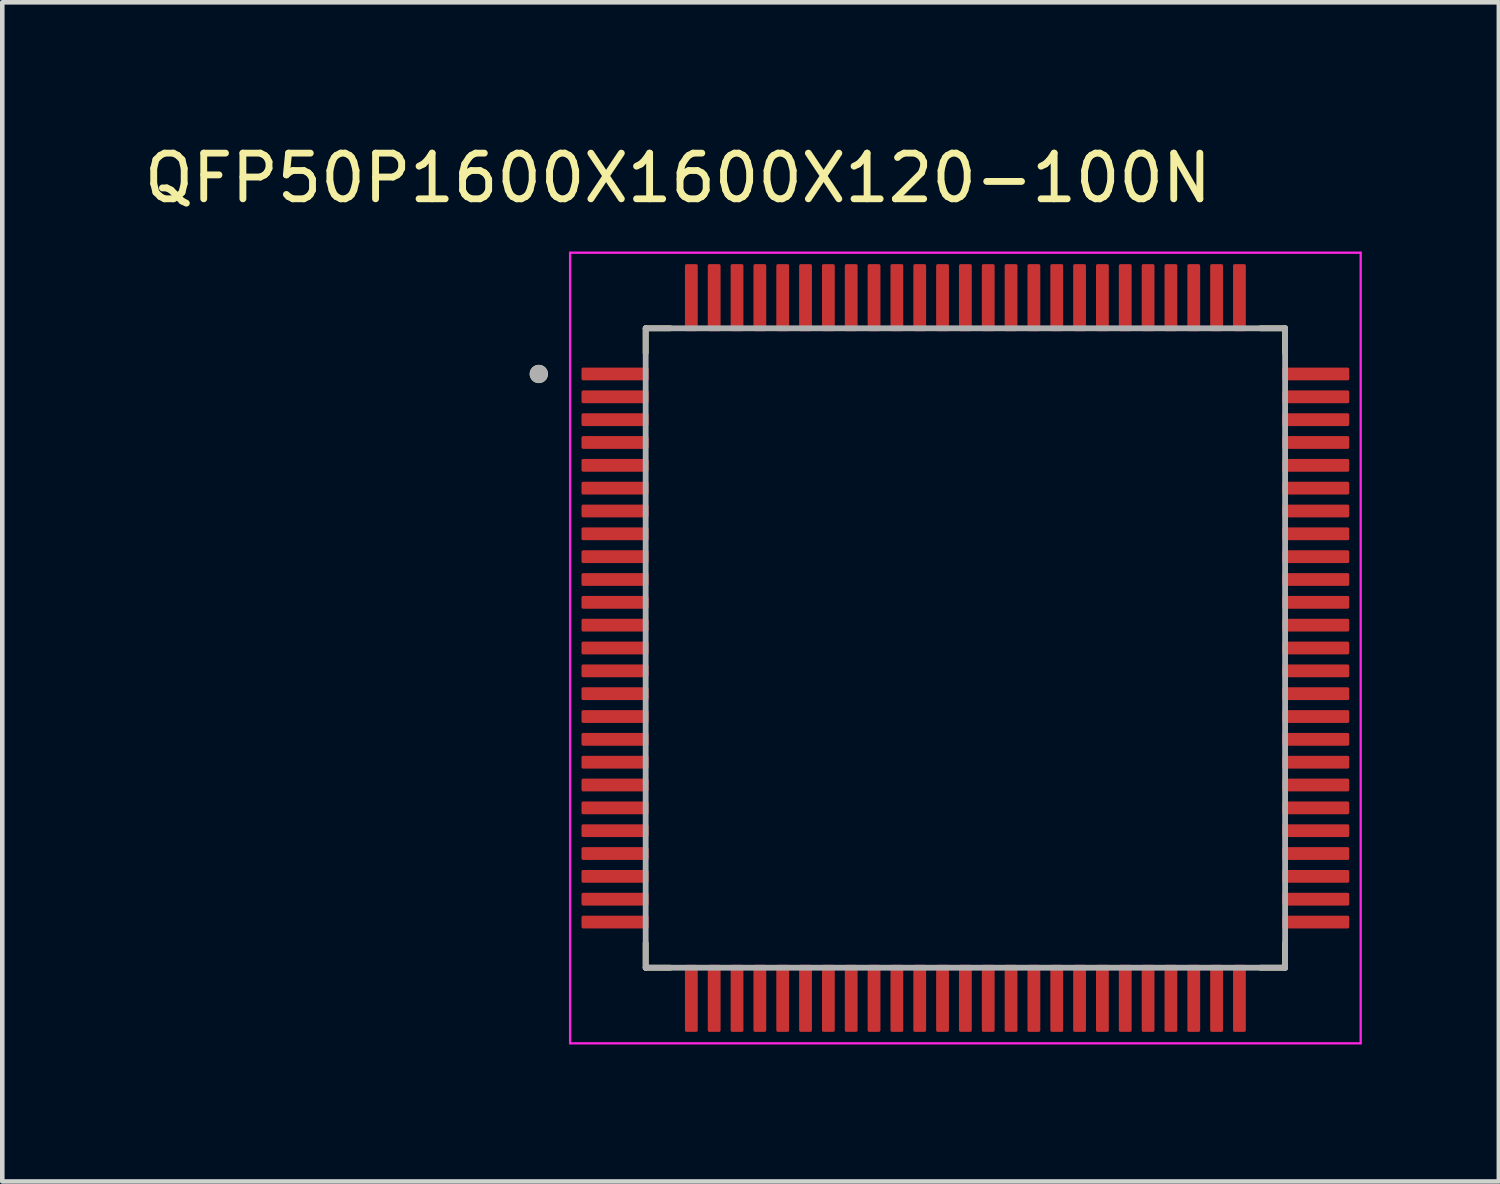
<source format=kicad_pcb>
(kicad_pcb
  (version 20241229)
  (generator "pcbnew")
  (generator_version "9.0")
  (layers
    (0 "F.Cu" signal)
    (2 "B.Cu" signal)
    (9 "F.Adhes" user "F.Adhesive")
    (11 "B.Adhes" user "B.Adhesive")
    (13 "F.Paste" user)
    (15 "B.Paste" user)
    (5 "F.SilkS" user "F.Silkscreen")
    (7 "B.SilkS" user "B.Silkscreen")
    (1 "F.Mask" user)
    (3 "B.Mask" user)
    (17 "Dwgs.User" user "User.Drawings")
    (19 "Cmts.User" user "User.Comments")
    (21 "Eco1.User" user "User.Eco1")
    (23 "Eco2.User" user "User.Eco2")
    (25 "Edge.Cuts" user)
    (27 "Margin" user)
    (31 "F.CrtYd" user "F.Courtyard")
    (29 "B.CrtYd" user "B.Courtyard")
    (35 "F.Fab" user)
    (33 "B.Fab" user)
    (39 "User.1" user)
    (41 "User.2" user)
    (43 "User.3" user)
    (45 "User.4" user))
  (footprint "QFP50P1600X1600X120-100N"
    (layer "F.Cu")
    (at 18.087 11.138)
    (property "Reference" "QFP50P1600X1600X120-100N" (at -6.295 -10.29 0) (layer "F.SilkS") (effects (font (size 1 1) (thickness 0.15))))
    (attr smd)
    (fp_line (start -7 -7) (end -7 -6.46) (stroke (width 0.127) (type solid)) (layer "F.SilkS"))
    (fp_line (start -7 -7) (end -6.46 -7) (stroke (width 0.127) (type solid)) (layer "F.SilkS"))
    (fp_line (start -7 7) (end -7 6.46) (stroke (width 0.127) (type solid)) (layer "F.SilkS"))
    (fp_line (start -7 7) (end -6.46 7) (stroke (width 0.127) (type solid)) (layer "F.SilkS"))
    (fp_line (start 7 -7) (end 6.46 -7) (stroke (width 0.127) (type solid)) (layer "F.SilkS"))
    (fp_line (start 7 -7) (end 7 -6.46) (stroke (width 0.127) (type solid)) (layer "F.SilkS"))
    (fp_line (start 7 7) (end 6.46 7) (stroke (width 0.127) (type solid)) (layer "F.SilkS"))
    (fp_line (start 7 7) (end 7 6.46) (stroke (width 0.127) (type solid)) (layer "F.SilkS"))
    (fp_circle (center -9.34 -6) (end -9.24 -6) (stroke (width 0.2) (type solid)) (fill no) (layer "F.SilkS"))
    (fp_line (start -8.655 -8.655) (end 8.655 -8.655) (stroke (width 0.05) (type solid)) (layer "F.CrtYd"))
    (fp_line (start -8.655 8.655) (end -8.655 -8.655) (stroke (width 0.05) (type solid)) (layer "F.CrtYd"))
    (fp_line (start -8.655 8.655) (end 8.655 8.655) (stroke (width 0.05) (type solid)) (layer "F.CrtYd"))
    (fp_line (start 8.655 8.655) (end 8.655 -8.655) (stroke (width 0.05) (type solid)) (layer "F.CrtYd"))
    (fp_line (start -7 7) (end -7 -7) (stroke (width 0.127) (type solid)) (layer "F.Fab"))
    (fp_line (start 7 -7) (end -7 -7) (stroke (width 0.127) (type solid)) (layer "F.Fab"))
    (fp_line (start 7 7) (end -7 7) (stroke (width 0.127) (type solid)) (layer "F.Fab"))
    (fp_line (start 7 7) (end 7 -7) (stroke (width 0.127) (type solid)) (layer "F.Fab"))
    (fp_circle (center -9.34 -6) (end -9.24 -6) (stroke (width 0.2) (type solid)) (fill no) (layer "F.Fab"))
    (pad "1" smd roundrect (at -7.67 -6) (size 1.47 0.28) (layers "F.Cu" "F.Mask" "F.Paste") (roundrect_rratio 0.125))
    (pad "2" smd roundrect (at -7.67 -5.5) (size 1.47 0.28) (layers "F.Cu" "F.Mask" "F.Paste") (roundrect_rratio 0.125))
    (pad "3" smd roundrect (at -7.67 -5) (size 1.47 0.28) (layers "F.Cu" "F.Mask" "F.Paste") (roundrect_rratio 0.125))
    (pad "4" smd roundrect (at -7.67 -4.5) (size 1.47 0.28) (layers "F.Cu" "F.Mask" "F.Paste") (roundrect_rratio 0.125))
    (pad "5" smd roundrect (at -7.67 -4) (size 1.47 0.28) (layers "F.Cu" "F.Mask" "F.Paste") (roundrect_rratio 0.125))
    (pad "6" smd roundrect (at -7.67 -3.5) (size 1.47 0.28) (layers "F.Cu" "F.Mask" "F.Paste") (roundrect_rratio 0.125))
    (pad "7" smd roundrect (at -7.67 -3) (size 1.47 0.28) (layers "F.Cu" "F.Mask" "F.Paste") (roundrect_rratio 0.125))
    (pad "8" smd roundrect (at -7.67 -2.5) (size 1.47 0.28) (layers "F.Cu" "F.Mask" "F.Paste") (roundrect_rratio 0.125))
    (pad "9" smd roundrect (at -7.67 -2) (size 1.47 0.28) (layers "F.Cu" "F.Mask" "F.Paste") (roundrect_rratio 0.125))
    (pad "10" smd roundrect (at -7.67 -1.5) (size 1.47 0.28) (layers "F.Cu" "F.Mask" "F.Paste") (roundrect_rratio 0.125))
    (pad "11" smd roundrect (at -7.67 -1) (size 1.47 0.28) (layers "F.Cu" "F.Mask" "F.Paste") (roundrect_rratio 0.125))
    (pad "12" smd roundrect (at -7.67 -0.5) (size 1.47 0.28) (layers "F.Cu" "F.Mask" "F.Paste") (roundrect_rratio 0.125))
    (pad "13" smd roundrect (at -7.67 0) (size 1.47 0.28) (layers "F.Cu" "F.Mask" "F.Paste") (roundrect_rratio 0.125))
    (pad "14" smd roundrect (at -7.67 0.5) (size 1.47 0.28) (layers "F.Cu" "F.Mask" "F.Paste") (roundrect_rratio 0.125))
    (pad "15" smd roundrect (at -7.67 1) (size 1.47 0.28) (layers "F.Cu" "F.Mask" "F.Paste") (roundrect_rratio 0.125))
    (pad "16" smd roundrect (at -7.67 1.5) (size 1.47 0.28) (layers "F.Cu" "F.Mask" "F.Paste") (roundrect_rratio 0.125))
    (pad "17" smd roundrect (at -7.67 2) (size 1.47 0.28) (layers "F.Cu" "F.Mask" "F.Paste") (roundrect_rratio 0.125))
    (pad "18" smd roundrect (at -7.67 2.5) (size 1.47 0.28) (layers "F.Cu" "F.Mask" "F.Paste") (roundrect_rratio 0.125))
    (pad "19" smd roundrect (at -7.67 3) (size 1.47 0.28) (layers "F.Cu" "F.Mask" "F.Paste") (roundrect_rratio 0.125))
    (pad "20" smd roundrect (at -7.67 3.5) (size 1.47 0.28) (layers "F.Cu" "F.Mask" "F.Paste") (roundrect_rratio 0.125))
    (pad "21" smd roundrect (at -7.67 4) (size 1.47 0.28) (layers "F.Cu" "F.Mask" "F.Paste") (roundrect_rratio 0.125))
    (pad "22" smd roundrect (at -7.67 4.5) (size 1.47 0.28) (layers "F.Cu" "F.Mask" "F.Paste") (roundrect_rratio 0.125))
    (pad "23" smd roundrect (at -7.67 5) (size 1.47 0.28) (layers "F.Cu" "F.Mask" "F.Paste") (roundrect_rratio 0.125))
    (pad "24" smd roundrect (at -7.67 5.5) (size 1.47 0.28) (layers "F.Cu" "F.Mask" "F.Paste") (roundrect_rratio 0.125))
    (pad "25" smd roundrect (at -7.67 6) (size 1.47 0.28) (layers "F.Cu" "F.Mask" "F.Paste") (roundrect_rratio 0.125))
    (pad "26" smd roundrect (at -6 7.67) (size 0.28 1.47) (layers "F.Cu" "F.Mask" "F.Paste") (roundrect_rratio 0.125))
    (pad "27" smd roundrect (at -5.5 7.67) (size 0.28 1.47) (layers "F.Cu" "F.Mask" "F.Paste") (roundrect_rratio 0.125))
    (pad "28" smd roundrect (at -5 7.67) (size 0.28 1.47) (layers "F.Cu" "F.Mask" "F.Paste") (roundrect_rratio 0.125))
    (pad "29" smd roundrect (at -4.5 7.67) (size 0.28 1.47) (layers "F.Cu" "F.Mask" "F.Paste") (roundrect_rratio 0.125))
    (pad "30" smd roundrect (at -4 7.67) (size 0.28 1.47) (layers "F.Cu" "F.Mask" "F.Paste") (roundrect_rratio 0.125))
    (pad "31" smd roundrect (at -3.5 7.67) (size 0.28 1.47) (layers "F.Cu" "F.Mask" "F.Paste") (roundrect_rratio 0.125))
    (pad "32" smd roundrect (at -3 7.67) (size 0.28 1.47) (layers "F.Cu" "F.Mask" "F.Paste") (roundrect_rratio 0.125))
    (pad "33" smd roundrect (at -2.5 7.67) (size 0.28 1.47) (layers "F.Cu" "F.Mask" "F.Paste") (roundrect_rratio 0.125))
    (pad "34" smd roundrect (at -2 7.67) (size 0.28 1.47) (layers "F.Cu" "F.Mask" "F.Paste") (roundrect_rratio 0.125))
    (pad "35" smd roundrect (at -1.5 7.67) (size 0.28 1.47) (layers "F.Cu" "F.Mask" "F.Paste") (roundrect_rratio 0.125))
    (pad "36" smd roundrect (at -1 7.67) (size 0.28 1.47) (layers "F.Cu" "F.Mask" "F.Paste") (roundrect_rratio 0.125))
    (pad "37" smd roundrect (at -0.5 7.67) (size 0.28 1.47) (layers "F.Cu" "F.Mask" "F.Paste") (roundrect_rratio 0.125))
    (pad "38" smd roundrect (at 0 7.67) (size 0.28 1.47) (layers "F.Cu" "F.Mask" "F.Paste") (roundrect_rratio 0.125))
    (pad "39" smd roundrect (at 0.5 7.67) (size 0.28 1.47) (layers "F.Cu" "F.Mask" "F.Paste") (roundrect_rratio 0.125))
    (pad "40" smd roundrect (at 1 7.67) (size 0.28 1.47) (layers "F.Cu" "F.Mask" "F.Paste") (roundrect_rratio 0.125))
    (pad "41" smd roundrect (at 1.5 7.67) (size 0.28 1.47) (layers "F.Cu" "F.Mask" "F.Paste") (roundrect_rratio 0.125))
    (pad "42" smd roundrect (at 2 7.67) (size 0.28 1.47) (layers "F.Cu" "F.Mask" "F.Paste") (roundrect_rratio 0.125))
    (pad "43" smd roundrect (at 2.5 7.67) (size 0.28 1.47) (layers "F.Cu" "F.Mask" "F.Paste") (roundrect_rratio 0.125))
    (pad "44" smd roundrect (at 3 7.67) (size 0.28 1.47) (layers "F.Cu" "F.Mask" "F.Paste") (roundrect_rratio 0.125))
    (pad "45" smd roundrect (at 3.5 7.67) (size 0.28 1.47) (layers "F.Cu" "F.Mask" "F.Paste") (roundrect_rratio 0.125))
    (pad "46" smd roundrect (at 4 7.67) (size 0.28 1.47) (layers "F.Cu" "F.Mask" "F.Paste") (roundrect_rratio 0.125))
    (pad "47" smd roundrect (at 4.5 7.67) (size 0.28 1.47) (layers "F.Cu" "F.Mask" "F.Paste") (roundrect_rratio 0.125))
    (pad "48" smd roundrect (at 5 7.67) (size 0.28 1.47) (layers "F.Cu" "F.Mask" "F.Paste") (roundrect_rratio 0.125))
    (pad "49" smd roundrect (at 5.5 7.67) (size 0.28 1.47) (layers "F.Cu" "F.Mask" "F.Paste") (roundrect_rratio 0.125))
    (pad "50" smd roundrect (at 6 7.67) (size 0.28 1.47) (layers "F.Cu" "F.Mask" "F.Paste") (roundrect_rratio 0.125))
    (pad "51" smd roundrect (at 7.67 6) (size 1.47 0.28) (layers "F.Cu" "F.Mask" "F.Paste") (roundrect_rratio 0.125))
    (pad "52" smd roundrect (at 7.67 5.5) (size 1.47 0.28) (layers "F.Cu" "F.Mask" "F.Paste") (roundrect_rratio 0.125))
    (pad "53" smd roundrect (at 7.67 5) (size 1.47 0.28) (layers "F.Cu" "F.Mask" "F.Paste") (roundrect_rratio 0.125))
    (pad "54" smd roundrect (at 7.67 4.5) (size 1.47 0.28) (layers "F.Cu" "F.Mask" "F.Paste") (roundrect_rratio 0.125))
    (pad "55" smd roundrect (at 7.67 4) (size 1.47 0.28) (layers "F.Cu" "F.Mask" "F.Paste") (roundrect_rratio 0.125))
    (pad "56" smd roundrect (at 7.67 3.5) (size 1.47 0.28) (layers "F.Cu" "F.Mask" "F.Paste") (roundrect_rratio 0.125))
    (pad "57" smd roundrect (at 7.67 3) (size 1.47 0.28) (layers "F.Cu" "F.Mask" "F.Paste") (roundrect_rratio 0.125))
    (pad "58" smd roundrect (at 7.67 2.5) (size 1.47 0.28) (layers "F.Cu" "F.Mask" "F.Paste") (roundrect_rratio 0.125))
    (pad "59" smd roundrect (at 7.67 2) (size 1.47 0.28) (layers "F.Cu" "F.Mask" "F.Paste") (roundrect_rratio 0.125))
    (pad "60" smd roundrect (at 7.67 1.5) (size 1.47 0.28) (layers "F.Cu" "F.Mask" "F.Paste") (roundrect_rratio 0.125))
    (pad "61" smd roundrect (at 7.67 1) (size 1.47 0.28) (layers "F.Cu" "F.Mask" "F.Paste") (roundrect_rratio 0.125))
    (pad "62" smd roundrect (at 7.67 0.5) (size 1.47 0.28) (layers "F.Cu" "F.Mask" "F.Paste") (roundrect_rratio 0.125))
    (pad "63" smd roundrect (at 7.67 0) (size 1.47 0.28) (layers "F.Cu" "F.Mask" "F.Paste") (roundrect_rratio 0.125))
    (pad "64" smd roundrect (at 7.67 -0.5) (size 1.47 0.28) (layers "F.Cu" "F.Mask" "F.Paste") (roundrect_rratio 0.125))
    (pad "65" smd roundrect (at 7.67 -1) (size 1.47 0.28) (layers "F.Cu" "F.Mask" "F.Paste") (roundrect_rratio 0.125))
    (pad "66" smd roundrect (at 7.67 -1.5) (size 1.47 0.28) (layers "F.Cu" "F.Mask" "F.Paste") (roundrect_rratio 0.125))
    (pad "67" smd roundrect (at 7.67 -2) (size 1.47 0.28) (layers "F.Cu" "F.Mask" "F.Paste") (roundrect_rratio 0.125))
    (pad "68" smd roundrect (at 7.67 -2.5) (size 1.47 0.28) (layers "F.Cu" "F.Mask" "F.Paste") (roundrect_rratio 0.125))
    (pad "69" smd roundrect (at 7.67 -3) (size 1.47 0.28) (layers "F.Cu" "F.Mask" "F.Paste") (roundrect_rratio 0.125))
    (pad "70" smd roundrect (at 7.67 -3.5) (size 1.47 0.28) (layers "F.Cu" "F.Mask" "F.Paste") (roundrect_rratio 0.125))
    (pad "71" smd roundrect (at 7.67 -4) (size 1.47 0.28) (layers "F.Cu" "F.Mask" "F.Paste") (roundrect_rratio 0.125))
    (pad "72" smd roundrect (at 7.67 -4.5) (size 1.47 0.28) (layers "F.Cu" "F.Mask" "F.Paste") (roundrect_rratio 0.125))
    (pad "73" smd roundrect (at 7.67 -5) (size 1.47 0.28) (layers "F.Cu" "F.Mask" "F.Paste") (roundrect_rratio 0.125))
    (pad "74" smd roundrect (at 7.67 -5.5) (size 1.47 0.28) (layers "F.Cu" "F.Mask" "F.Paste") (roundrect_rratio 0.125))
    (pad "75" smd roundrect (at 7.67 -6) (size 1.47 0.28) (layers "F.Cu" "F.Mask" "F.Paste") (roundrect_rratio 0.125))
    (pad "76" smd roundrect (at 6 -7.67) (size 0.28 1.47) (layers "F.Cu" "F.Mask" "F.Paste") (roundrect_rratio 0.125))
    (pad "77" smd roundrect (at 5.5 -7.67) (size 0.28 1.47) (layers "F.Cu" "F.Mask" "F.Paste") (roundrect_rratio 0.125))
    (pad "78" smd roundrect (at 5 -7.67) (size 0.28 1.47) (layers "F.Cu" "F.Mask" "F.Paste") (roundrect_rratio 0.125))
    (pad "79" smd roundrect (at 4.5 -7.67) (size 0.28 1.47) (layers "F.Cu" "F.Mask" "F.Paste") (roundrect_rratio 0.125))
    (pad "80" smd roundrect (at 4 -7.67) (size 0.28 1.47) (layers "F.Cu" "F.Mask" "F.Paste") (roundrect_rratio 0.125))
    (pad "81" smd roundrect (at 3.5 -7.67) (size 0.28 1.47) (layers "F.Cu" "F.Mask" "F.Paste") (roundrect_rratio 0.125))
    (pad "82" smd roundrect (at 3 -7.67) (size 0.28 1.47) (layers "F.Cu" "F.Mask" "F.Paste") (roundrect_rratio 0.125))
    (pad "83" smd roundrect (at 2.5 -7.67) (size 0.28 1.47) (layers "F.Cu" "F.Mask" "F.Paste") (roundrect_rratio 0.125))
    (pad "84" smd roundrect (at 2 -7.67) (size 0.28 1.47) (layers "F.Cu" "F.Mask" "F.Paste") (roundrect_rratio 0.125))
    (pad "85" smd roundrect (at 1.5 -7.67) (size 0.28 1.47) (layers "F.Cu" "F.Mask" "F.Paste") (roundrect_rratio 0.125))
    (pad "86" smd roundrect (at 1 -7.67) (size 0.28 1.47) (layers "F.Cu" "F.Mask" "F.Paste") (roundrect_rratio 0.125))
    (pad "87" smd roundrect (at 0.5 -7.67) (size 0.28 1.47) (layers "F.Cu" "F.Mask" "F.Paste") (roundrect_rratio 0.125))
    (pad "88" smd roundrect (at 0 -7.67) (size 0.28 1.47) (layers "F.Cu" "F.Mask" "F.Paste") (roundrect_rratio 0.125))
    (pad "89" smd roundrect (at -0.5 -7.67) (size 0.28 1.47) (layers "F.Cu" "F.Mask" "F.Paste") (roundrect_rratio 0.125))
    (pad "90" smd roundrect (at -1 -7.67) (size 0.28 1.47) (layers "F.Cu" "F.Mask" "F.Paste") (roundrect_rratio 0.125))
    (pad "91" smd roundrect (at -1.5 -7.67) (size 0.28 1.47) (layers "F.Cu" "F.Mask" "F.Paste") (roundrect_rratio 0.125))
    (pad "92" smd roundrect (at -2 -7.67) (size 0.28 1.47) (layers "F.Cu" "F.Mask" "F.Paste") (roundrect_rratio 0.125))
    (pad "93" smd roundrect (at -2.5 -7.67) (size 0.28 1.47) (layers "F.Cu" "F.Mask" "F.Paste") (roundrect_rratio 0.125))
    (pad "94" smd roundrect (at -3 -7.67) (size 0.28 1.47) (layers "F.Cu" "F.Mask" "F.Paste") (roundrect_rratio 0.125))
    (pad "95" smd roundrect (at -3.5 -7.67) (size 0.28 1.47) (layers "F.Cu" "F.Mask" "F.Paste") (roundrect_rratio 0.125))
    (pad "96" smd roundrect (at -4 -7.67) (size 0.28 1.47) (layers "F.Cu" "F.Mask" "F.Paste") (roundrect_rratio 0.125))
    (pad "97" smd roundrect (at -4.5 -7.67) (size 0.28 1.47) (layers "F.Cu" "F.Mask" "F.Paste") (roundrect_rratio 0.125))
    (pad "98" smd roundrect (at -5 -7.67) (size 0.28 1.47) (layers "F.Cu" "F.Mask" "F.Paste") (roundrect_rratio 0.125))
    (pad "99" smd roundrect (at -5.5 -7.67) (size 0.28 1.47) (layers "F.Cu" "F.Mask" "F.Paste") (roundrect_rratio 0.125))
    (pad "100" smd roundrect (at -6 -7.67) (size 0.28 1.47) (layers "F.Cu" "F.Mask" "F.Paste") (roundrect_rratio 0.125)))
  (gr_rect
    (start -3 -3)
    (end 29.767 22.818)
    (stroke (width 0.1) (type default))
    (fill no)
    (layer "Edge.Cuts")))
</source>
